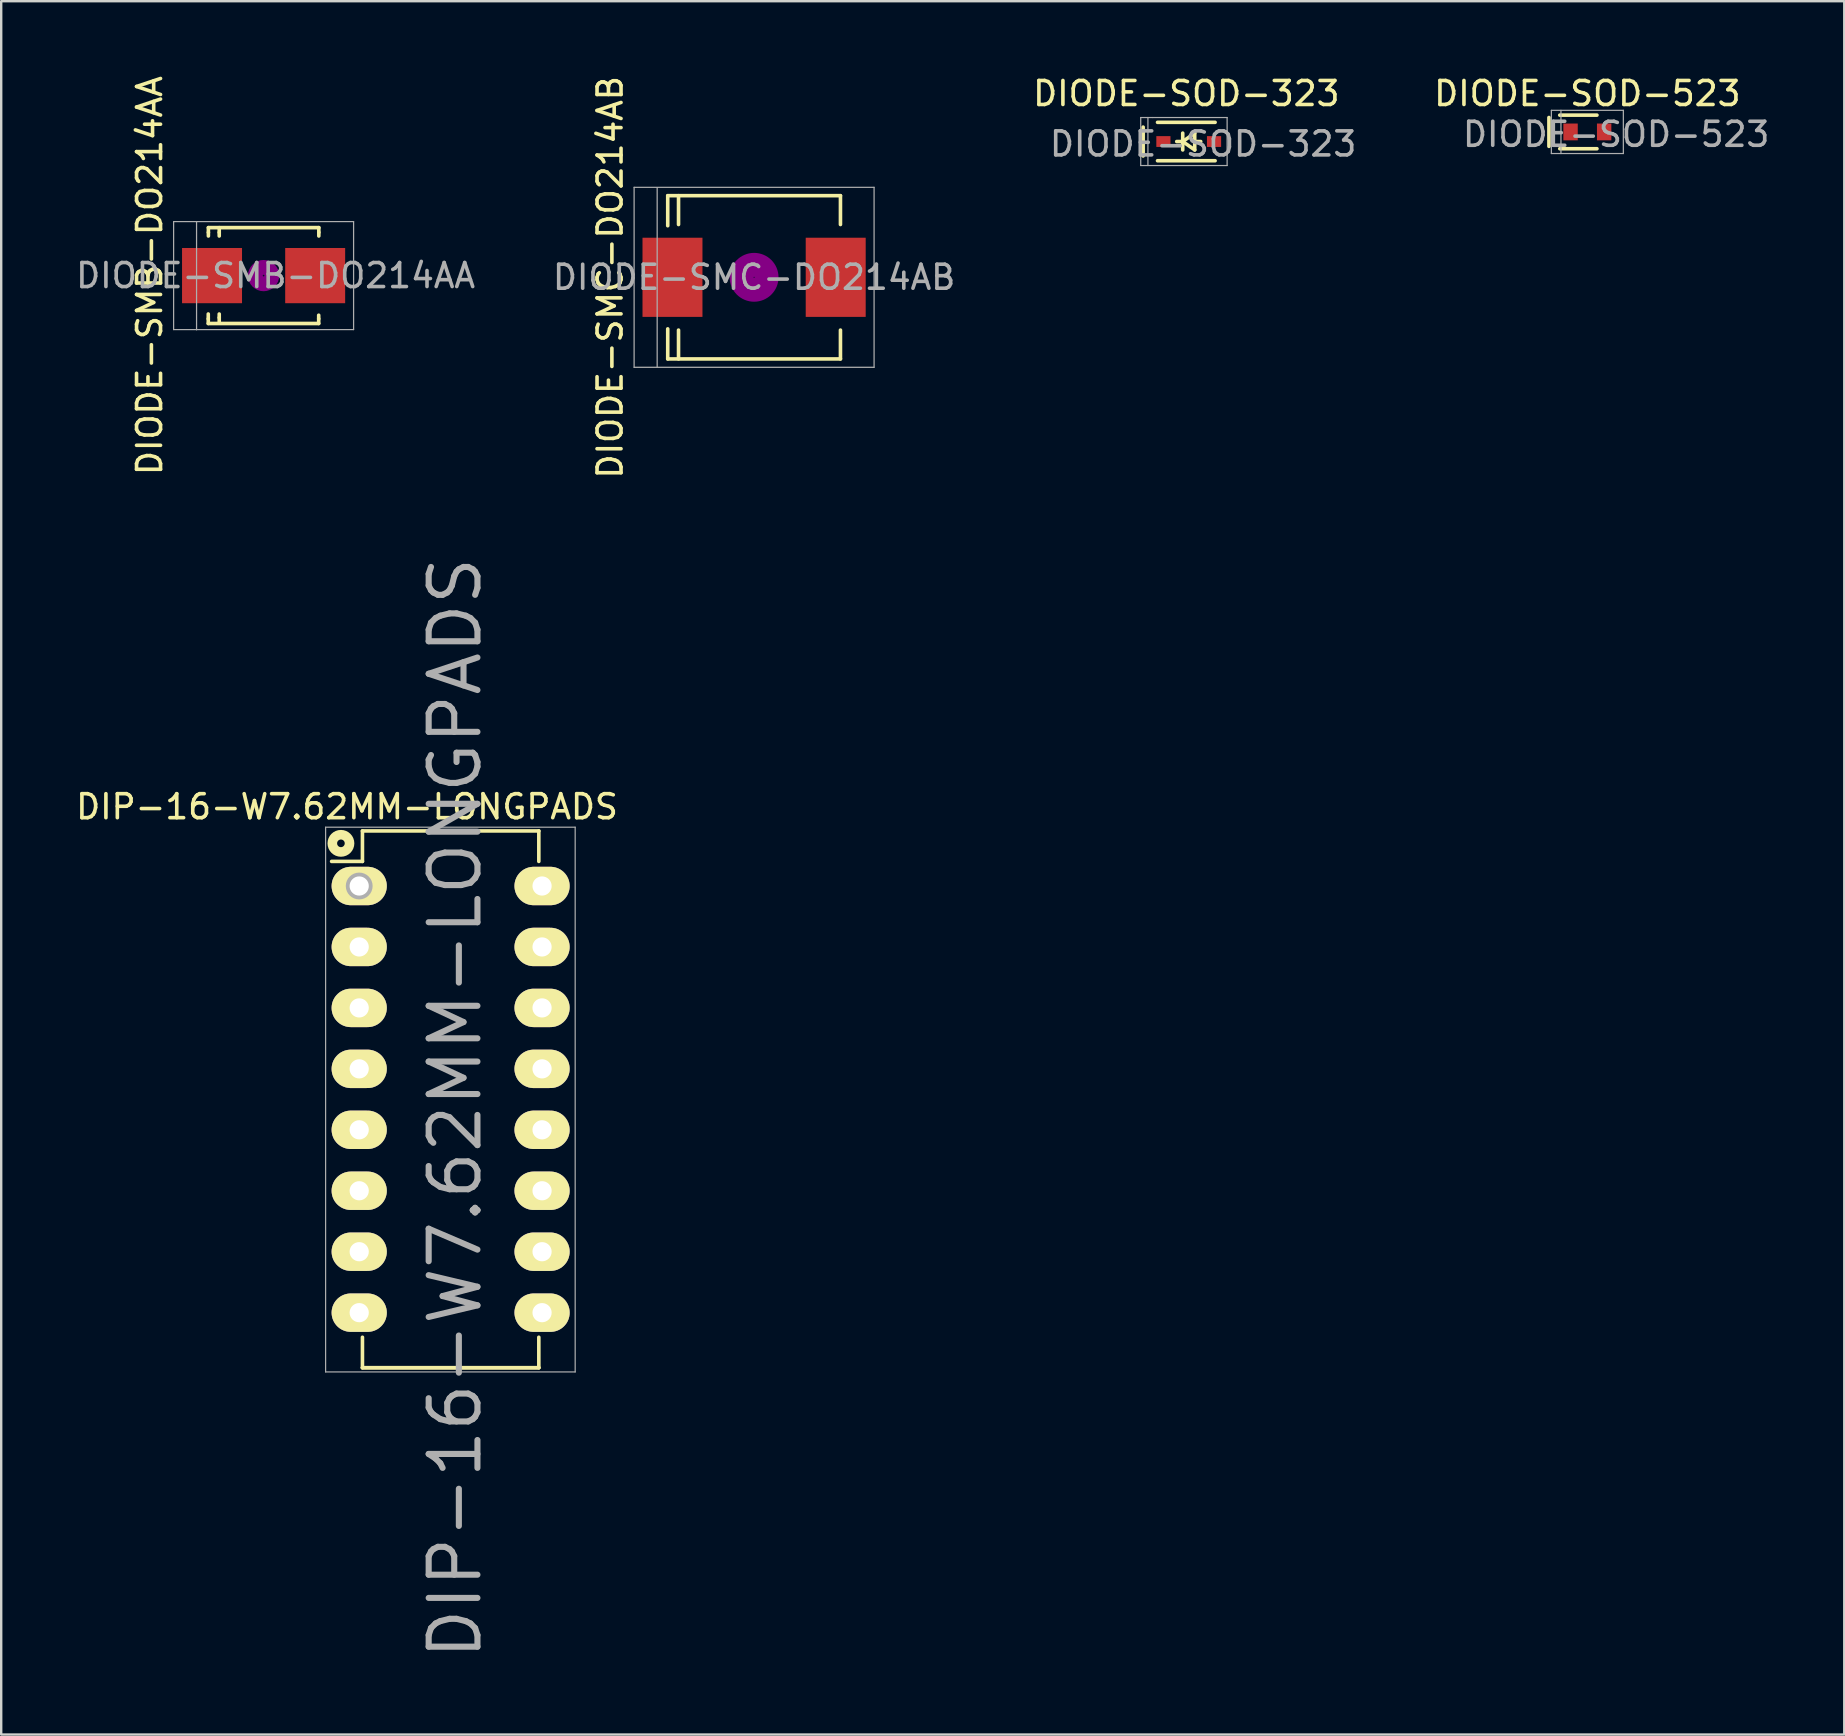
<source format=kicad_pcb>
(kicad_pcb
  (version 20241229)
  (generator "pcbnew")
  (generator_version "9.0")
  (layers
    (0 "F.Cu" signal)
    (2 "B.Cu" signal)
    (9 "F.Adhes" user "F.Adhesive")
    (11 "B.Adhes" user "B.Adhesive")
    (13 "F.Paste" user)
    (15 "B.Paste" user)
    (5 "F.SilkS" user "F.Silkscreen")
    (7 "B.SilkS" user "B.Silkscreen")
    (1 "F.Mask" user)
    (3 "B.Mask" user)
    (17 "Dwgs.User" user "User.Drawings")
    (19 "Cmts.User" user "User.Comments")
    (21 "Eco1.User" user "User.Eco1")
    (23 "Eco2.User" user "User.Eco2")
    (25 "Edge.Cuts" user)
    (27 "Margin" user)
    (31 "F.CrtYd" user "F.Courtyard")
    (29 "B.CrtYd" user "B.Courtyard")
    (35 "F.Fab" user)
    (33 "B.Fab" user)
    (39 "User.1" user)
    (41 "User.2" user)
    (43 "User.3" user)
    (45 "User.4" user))
  (footprint "DIODE-SOD-523"
    (layer "F.Cu")
    (at 63.099 2.448)
    (property "Reference" "DIODE-SOD-523" (at 1.2 0.1 0) (layer "F.Fab") (effects (font (size 1 1) (thickness 0.15))))
    (attr smd)
    (fp_line (start -1.6 0.6) (end -1.6 -0.6) (stroke (width 0.152) (type solid)) (layer "F.SilkS"))
    (fp_line (start 0.4 -0.7) (end -1.15 -0.7) (stroke (width 0.15) (type solid)) (layer "F.SilkS"))
    (fp_line (start 0.4 0.7) (end -1.15 0.7) (stroke (width 0.15) (type solid)) (layer "F.SilkS"))
    (fp_line (start -1.5 -0.9) (end -1.5 0.9) (stroke (width 0.051) (type solid)) (layer "F.Fab"))
    (fp_line (start -1.5 0.9) (end 1.5 0.9) (stroke (width 0.051) (type solid)) (layer "F.Fab"))
    (fp_line (start -1.1 0.9) (end -1.1 -0.9) (stroke (width 0.051) (type solid)) (layer "F.Fab"))
    (fp_line (start 1.5 -0.9) (end -1.5 -0.9) (stroke (width 0.051) (type solid)) (layer "F.Fab"))
    (fp_line (start 1.5 0.9) (end 1.5 -0.9) (stroke (width 0.051) (type solid)) (layer "F.Fab"))
    (fp_text user "${REFERENCE}" (at 0 -1.6 0) (layer "F.SilkS") (effects (font (size 1 1) (thickness 0.15))))
    (pad "1" smd rect (at -0.7 0 180) (size 0.6 0.7) (layers "F.Cu" "F.Mask" "F.Paste"))
    (pad "2" smd rect (at 0.7 0 180) (size 0.6 0.7) (layers "F.Cu" "F.Mask" "F.Paste")))
  (footprint "DIODE-SMB-DO214AA"
    (layer "F.Cu")
    (at 7.935 8.435)
    (property "Reference" "DIODE-SMB-DO214AA" (at 0.5 0 0) (layer "F.Fab") (effects (font (size 1 1) (thickness 0.15))))
    (attr smd)
    (fp_line (start -2.306 1.8) (end -2.306 1.6) (stroke (width 0.15) (type solid)) (layer "F.SilkS"))
    (fp_line (start -2.306 1.996) (end -2.306 1.798) (stroke (width 0.15) (type solid)) (layer "F.SilkS"))
    (fp_line (start -2.306 1.996) (end 2.296 1.996) (stroke (width 0.15) (type solid)) (layer "F.SilkS"))
    (fp_line (start -2.301 -1.999) (end -2.301 -1.801) (stroke (width 0.15) (type solid)) (layer "F.SilkS"))
    (fp_line (start -2.301 -1.999) (end 2.301 -1.999) (stroke (width 0.15) (type solid)) (layer "F.SilkS"))
    (fp_line (start -2.301 -1.8) (end -2.301 -1.651) (stroke (width 0.15) (type solid)) (layer "F.SilkS"))
    (fp_line (start -1.849 -1.999) (end -1.849 -1.801) (stroke (width 0.15) (type solid)) (layer "F.SilkS"))
    (fp_line (start -1.849 -1.8) (end -1.849 -1.651) (stroke (width 0.15) (type solid)) (layer "F.SilkS"))
    (fp_line (start -1.849 1.75) (end -1.849 1.601) (stroke (width 0.15) (type solid)) (layer "F.SilkS"))
    (fp_line (start -1.849 1.949) (end -1.849 1.751) (stroke (width 0.15) (type solid)) (layer "F.SilkS"))
    (fp_line (start 2.296 1.8) (end 2.296 1.651) (stroke (width 0.15) (type solid)) (layer "F.SilkS"))
    (fp_line (start 2.296 1.996) (end 2.296 1.798) (stroke (width 0.15) (type solid)) (layer "F.SilkS"))
    (fp_line (start 2.301 -1.999) (end 2.301 -1.801) (stroke (width 0.15) (type solid)) (layer "F.SilkS"))
    (fp_line (start 2.301 -1.8) (end 2.301 -1.651) (stroke (width 0.15) (type solid)) (layer "F.SilkS"))
    (fp_circle (center 0 0) (end 0.201 0.099) (stroke (width 0.381) (type solid)) (fill no) (layer "F.Adhes"))
    (fp_circle (center 0 0) (end 0.45 0.099) (stroke (width 0.381) (type solid)) (fill no) (layer "F.Adhes"))
    (fp_line (start -3.75 -2.25) (end -3.75 2.25) (stroke (width 0.051) (type solid)) (layer "F.Fab"))
    (fp_line (start -3.75 2.25) (end 3.75 2.25) (stroke (width 0.051) (type solid)) (layer "F.Fab"))
    (fp_line (start -2.794 -2.235) (end -2.794 2.261) (stroke (width 0.051) (type solid)) (layer "F.Fab"))
    (fp_line (start 3.75 -2.25) (end -3.75 -2.25) (stroke (width 0.051) (type solid)) (layer "F.Fab"))
    (fp_line (start 3.75 2.25) (end 3.75 -2.25) (stroke (width 0.051) (type solid)) (layer "F.Fab"))
    (fp_text user "${REFERENCE}" (at -4.75 0 90) (layer "F.SilkS") (effects (font (size 1 1) (thickness 0.15))))
    (pad "1" smd rect (at -2.149 0) (size 2.499 2.301) (layers "F.Cu" "F.Mask" "F.Paste"))
    (pad "2" smd rect (at 2.149 0) (size 2.499 2.301) (layers "F.Cu" "F.Mask" "F.Paste")))
  (footprint "DIODE-SOD-323"
    (layer "F.Cu")
    (at 46.487 2.848)
    (property "Reference" "DIODE-SOD-323" (at 0.6 0.1 0) (layer "F.Fab") (effects (font (size 1 1) (thickness 0.15))))
    (attr smd)
    (fp_line (start -1.9 -0.6) (end -1.9 0.6) (stroke (width 0.152) (type solid)) (layer "F.SilkS"))
    (fp_line (start -1.3 -0.8) (end 1.1 -0.8) (stroke (width 0.15) (type solid)) (layer "F.SilkS"))
    (fp_line (start -1.3 0.8) (end 1.1 0.8) (stroke (width 0.15) (type solid)) (layer "F.SilkS"))
    (fp_line (start -0.25 -0.35) (end -0.25 0.35) (stroke (width 0.15) (type solid)) (layer "F.SilkS"))
    (fp_line (start -0.25 0) (end -0.5 0) (stroke (width 0.15) (type solid)) (layer "F.SilkS"))
    (fp_line (start -0.25 0) (end 0.25 -0.35) (stroke (width 0.15) (type solid)) (layer "F.SilkS"))
    (fp_line (start 0.25 -0.35) (end 0.25 0.35) (stroke (width 0.15) (type solid)) (layer "F.SilkS"))
    (fp_line (start 0.25 0) (end 0.5 0) (stroke (width 0.15) (type solid)) (layer "F.SilkS"))
    (fp_line (start 0.25 0.35) (end -0.25 0) (stroke (width 0.15) (type solid)) (layer "F.SilkS"))
    (fp_line (start -2 -1) (end -1.5 -1) (stroke (width 0.051) (type solid)) (layer "F.Fab"))
    (fp_line (start -2 1) (end -2 -1) (stroke (width 0.051) (type solid)) (layer "F.Fab"))
    (fp_line (start -1.7 1) (end -1.7 -1) (stroke (width 0.051) (type solid)) (layer "F.Fab"))
    (fp_line (start -1.5 -1) (end 1.6 -1) (stroke (width 0.051) (type solid)) (layer "F.Fab"))
    (fp_line (start 1.6 -1) (end 1.6 1) (stroke (width 0.051) (type solid)) (layer "F.Fab"))
    (fp_line (start 1.6 1) (end -2 1) (stroke (width 0.051) (type solid)) (layer "F.Fab"))
    (fp_text user "${REFERENCE}" (at -0.1 -2 0) (layer "F.SilkS") (effects (font (size 1 1) (thickness 0.15))))
    (pad "1" smd rect (at -1.055 0) (size 0.59 0.45) (layers "F.Cu" "F.Mask" "F.Paste"))
    (pad "2" smd rect (at 1.055 0) (size 0.59 0.45) (layers "F.Cu" "F.Mask" "F.Paste")))
  (footprint "DIP-16-W7.62MM-LONGPADS"
    (layer "F.Cu")
    (at 11.919 33.872)
    (property "Reference" "DIP-16-W7.62MM-LONGPADS" (at 4 9.25 90) (layer "F.Fab") (effects (font (size 2.032 2.032) (thickness 0.254))))
    (attr smd)
    (fp_line (start 0.135 -2.295) (end 0.135 -1.025) (stroke (width 0.15) (type solid)) (layer "F.SilkS"))
    (fp_line (start 0.135 -2.295) (end 7.485 -2.295) (stroke (width 0.15) (type solid)) (layer "F.SilkS"))
    (fp_line (start 0.135 -1.025) (end -1.15 -1.025) (stroke (width 0.15) (type solid)) (layer "F.SilkS"))
    (fp_line (start 0.135 20.075) (end 0.135 18.805) (stroke (width 0.15) (type solid)) (layer "F.SilkS"))
    (fp_line (start 0.135 20.075) (end 7.485 20.075) (stroke (width 0.15) (type solid)) (layer "F.SilkS"))
    (fp_line (start 0.135 20.075) (end 7.485 20.075) (stroke (width 0.15) (type solid)) (layer "F.SilkS"))
    (fp_line (start 7.485 -2.295) (end 7.485 -1.025) (stroke (width 0.15) (type solid)) (layer "F.SilkS"))
    (fp_line (start 7.485 20.075) (end 7.485 18.805) (stroke (width 0.15) (type solid)) (layer "F.SilkS"))
    (fp_circle (center -0.762 -1.778) (end -0.508 -1.524) (stroke (width 0.4) (type solid)) (fill no) (layer "F.SilkS"))
    (fp_line (start -1.4 -2.45) (end -1.4 20.25) (stroke (width 0.05) (type solid)) (layer "F.Fab"))
    (fp_line (start -1.4 -2.45) (end 9 -2.45) (stroke (width 0.05) (type solid)) (layer "F.Fab"))
    (fp_line (start -1.4 20.25) (end 9 20.25) (stroke (width 0.05) (type solid)) (layer "F.Fab"))
    (fp_line (start 9 -2.45) (end 9 20.25) (stroke (width 0.05) (type solid)) (layer "F.Fab"))
    (fp_circle (center 0 0) (end 0.254 0.254) (stroke (width 0.4) (type solid)) (fill no) (layer "F.Fab"))
    (fp_text user "${REFERENCE}" (at -0.508 -3.302 0) (layer "F.SilkS") (effects (font (size 1 1) (thickness 0.15))))
    (pad "1" thru_hole oval (at 0 0) (size 2.3 1.6) (drill 0.8) (layers "*.Cu" "*.Mask" "F.SilkS"))
    (pad "2" thru_hole oval (at 0 2.54) (size 2.3 1.6) (drill 0.8) (layers "*.Cu" "*.Mask" "F.SilkS"))
    (pad "3" thru_hole oval (at 0 5.08) (size 2.3 1.6) (drill 0.8) (layers "*.Cu" "*.Mask" "F.SilkS"))
    (pad "4" thru_hole oval (at 0 7.62) (size 2.3 1.6) (drill 0.8) (layers "*.Cu" "*.Mask" "F.SilkS"))
    (pad "5" thru_hole oval (at 0 10.16) (size 2.3 1.6) (drill 0.8) (layers "*.Cu" "*.Mask" "F.SilkS"))
    (pad "6" thru_hole oval (at 0 12.7) (size 2.3 1.6) (drill 0.8) (layers "*.Cu" "*.Mask" "F.SilkS"))
    (pad "7" thru_hole oval (at 0 15.24) (size 2.3 1.6) (drill 0.8) (layers "*.Cu" "*.Mask" "F.SilkS"))
    (pad "8" thru_hole oval (at 0 17.78) (size 2.3 1.6) (drill 0.8) (layers "*.Cu" "*.Mask" "F.SilkS"))
    (pad "9" thru_hole oval (at 7.62 17.78) (size 2.3 1.6) (drill 0.8) (layers "*.Cu" "*.Mask" "F.SilkS"))
    (pad "10" thru_hole oval (at 7.62 15.24) (size 2.3 1.6) (drill 0.8) (layers "*.Cu" "*.Mask" "F.SilkS"))
    (pad "11" thru_hole oval (at 7.62 12.7) (size 2.3 1.6) (drill 0.8) (layers "*.Cu" "*.Mask" "F.SilkS"))
    (pad "12" thru_hole oval (at 7.62 10.16) (size 2.3 1.6) (drill 0.8) (layers "*.Cu" "*.Mask" "F.SilkS"))
    (pad "13" thru_hole oval (at 7.62 7.62) (size 2.3 1.6) (drill 0.8) (layers "*.Cu" "*.Mask" "F.SilkS"))
    (pad "14" thru_hole oval (at 7.62 5.08) (size 2.3 1.6) (drill 0.8) (layers "*.Cu" "*.Mask" "F.SilkS"))
    (pad "15" thru_hole oval (at 7.62 2.54) (size 2.3 1.6) (drill 0.8) (layers "*.Cu" "*.Mask" "F.SilkS"))
    (pad "16" thru_hole oval (at 7.62 0) (size 2.3 1.6) (drill 0.8) (layers "*.Cu" "*.Mask" "F.SilkS")))
  (footprint "DIODE-SMC-DO214AB"
    (layer "F.Cu")
    (at 28.375 8.506)
    (property "Reference" "DIODE-SMC-DO214AB" (at 0 0 0) (layer "F.Fab") (effects (font (size 1 1) (thickness 0.15))))
    (attr smd)
    (fp_line (start -3.599 -3.401) (end -3.599 -2.149) (stroke (width 0.15) (type solid)) (layer "F.SilkS"))
    (fp_line (start -3.599 -3.401) (end 3.599 -3.401) (stroke (width 0.15) (type solid)) (layer "F.SilkS"))
    (fp_line (start -3.599 3.401) (end -3.599 2.149) (stroke (width 0.15) (type solid)) (layer "F.SilkS"))
    (fp_line (start -3.599 3.401) (end 3.599 3.401) (stroke (width 0.15) (type solid)) (layer "F.SilkS"))
    (fp_line (start -3.149 -3.401) (end -3.149 -2.2) (stroke (width 0.15) (type solid)) (layer "F.SilkS"))
    (fp_line (start -3.149 3.401) (end -3.149 2.2) (stroke (width 0.15) (type solid)) (layer "F.SilkS"))
    (fp_line (start 3.599 -3.401) (end 3.599 -2.2) (stroke (width 0.15) (type solid)) (layer "F.SilkS"))
    (fp_line (start 3.599 3.401) (end 3.599 2.2) (stroke (width 0.15) (type solid)) (layer "F.SilkS"))
    (fp_circle (center 0 0) (end 0.15 0.15) (stroke (width 0.381) (type solid)) (fill no) (layer "F.Adhes"))
    (fp_circle (center 0 0) (end 0.45 0.201) (stroke (width 0.381) (type solid)) (fill no) (layer "F.Adhes"))
    (fp_circle (center 0 0) (end 0.749 0.351) (stroke (width 0.381) (type solid)) (fill no) (layer "F.Adhes"))
    (fp_line (start -5 -3.75) (end -5 3.75) (stroke (width 0.051) (type solid)) (layer "F.Fab"))
    (fp_line (start -5 3.75) (end 5 3.75) (stroke (width 0.051) (type solid)) (layer "F.Fab"))
    (fp_line (start -4.039 -3.734) (end -4.039 3.734) (stroke (width 0.051) (type solid)) (layer "F.Fab"))
    (fp_line (start 5 -3.75) (end -5 -3.75) (stroke (width 0.051) (type solid)) (layer "F.Fab"))
    (fp_line (start 5 3.75) (end 5 -3.75) (stroke (width 0.051) (type solid)) (layer "F.Fab"))
    (fp_text user "${REFERENCE}" (at -6 0 90) (layer "F.SilkS") (effects (font (size 1 1) (thickness 0.15))))
    (pad "1" smd rect (at -3.401 0 90) (size 3.299 2.499) (layers "F.Cu" "F.Mask" "F.Paste"))
    (pad "2" smd rect (at 3.401 0 90) (size 3.299 2.499) (layers "F.Cu" "F.Mask" "F.Paste")))
  (gr_rect
    (start -3 -3)
    (end 73.805 69.233)
    (stroke (width 0.1) (type default))
    (fill no)
    (layer "Edge.Cuts")))
</source>
